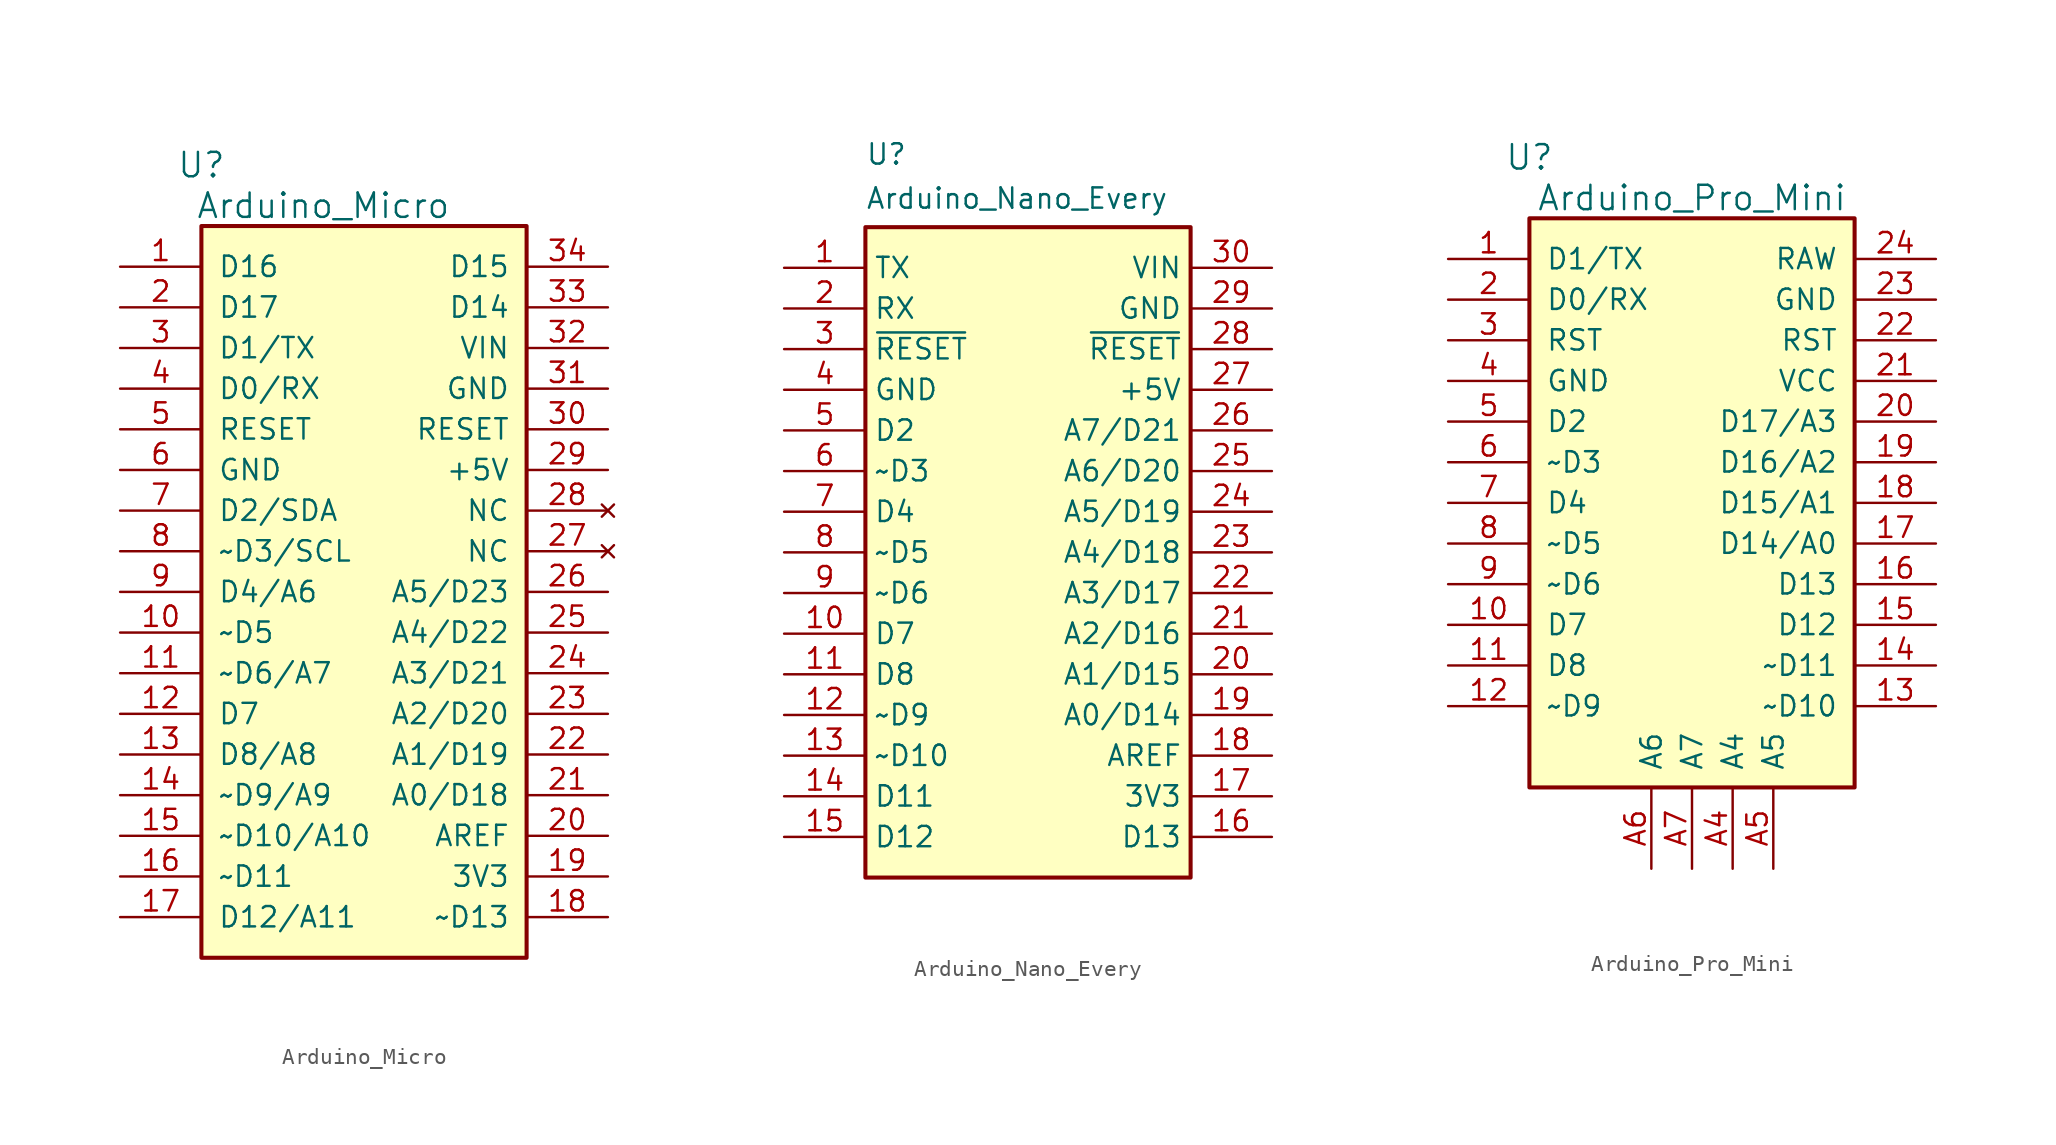
<source format=kicad_sym>
(kicad_symbol_lib
  (version 20211014)
  (generator kicad_symbol_editor)
  (symbol "Arduino_Micro"
    (pin_names
      (offset 1.016))
    (property "Reference" "U"
      (at -10.16 26.67 0)
      (effects (font (size 1.524 1.524))))
    (property "Value" "Arduino_Micro"
      (at -2.54 24.13 0)
      (effects (font (size 1.524 1.524))))
    (symbol "Arduino_Micro_0_1"
      (rectangle (start -10.16 22.86) (end 10.16 -22.86) (stroke (width 0.254) (type default) (color 0 0 0 0)) (fill (type background))))
    (symbol "Arduino_Micro_1_1"
      (pin bidirectional line (at -15.24 20.32 0) (length 5.08) (name "D16" (effects (font (size 1.27 1.27)))) (number "1" (effects (font (size 1.27 1.27)))))
      (pin bidirectional line (at -15.24 -2.54 0) (length 5.08) (name "~D5" (effects (font (size 1.27 1.27)))) (number "10" (effects (font (size 1.27 1.27)))))
      (pin bidirectional line (at -15.24 -5.08 0) (length 5.08) (name "~D6/A7" (effects (font (size 1.27 1.27)))) (number "11" (effects (font (size 1.27 1.27)))))
      (pin bidirectional line (at -15.24 -7.62 0) (length 5.08) (name "D7" (effects (font (size 1.27 1.27)))) (number "12" (effects (font (size 1.27 1.27)))))
      (pin bidirectional line (at -15.24 -10.16 0) (length 5.08) (name "D8/A8" (effects (font (size 1.27 1.27)))) (number "13" (effects (font (size 1.27 1.27)))))
      (pin bidirectional line (at -15.24 -12.7 0) (length 5.08) (name "~D9/A9" (effects (font (size 1.27 1.27)))) (number "14" (effects (font (size 1.27 1.27)))))
      (pin bidirectional line (at -15.24 -15.24 0) (length 5.08) (name "~D10/A10" (effects (font (size 1.27 1.27)))) (number "15" (effects (font (size 1.27 1.27)))))
      (pin bidirectional line (at -15.24 -17.78 0) (length 5.08) (name "~D11" (effects (font (size 1.27 1.27)))) (number "16" (effects (font (size 1.27 1.27)))))
      (pin bidirectional line (at -15.24 -20.32 0) (length 5.08) (name "D12/A11" (effects (font (size 1.27 1.27)))) (number "17" (effects (font (size 1.27 1.27)))))
      (pin bidirectional line (at 15.24 -20.32 180) (length 5.08) (name "~D13" (effects (font (size 1.27 1.27)))) (number "18" (effects (font (size 1.27 1.27)))))
      (pin power_out line (at 15.24 -17.78 180) (length 5.08) (name "3V3" (effects (font (size 1.27 1.27)))) (number "19" (effects (font (size 1.27 1.27)))))
      (pin bidirectional line (at -15.24 17.78 0) (length 5.08) (name "D17" (effects (font (size 1.27 1.27)))) (number "2" (effects (font (size 1.27 1.27)))))
      (pin input line (at 15.24 -15.24 180) (length 5.08) (name "AREF" (effects (font (size 1.27 1.27)))) (number "20" (effects (font (size 1.27 1.27)))))
      (pin bidirectional line (at 15.24 -12.7 180) (length 5.08) (name "A0/D18" (effects (font (size 1.27 1.27)))) (number "21" (effects (font (size 1.27 1.27)))))
      (pin bidirectional line (at 15.24 -10.16 180) (length 5.08) (name "A1/D19" (effects (font (size 1.27 1.27)))) (number "22" (effects (font (size 1.27 1.27)))))
      (pin bidirectional line (at 15.24 -7.62 180) (length 5.08) (name "A2/D20" (effects (font (size 1.27 1.27)))) (number "23" (effects (font (size 1.27 1.27)))))
      (pin bidirectional line (at 15.24 -5.08 180) (length 5.08) (name "A3/D21" (effects (font (size 1.27 1.27)))) (number "24" (effects (font (size 1.27 1.27)))))
      (pin bidirectional line (at 15.24 -2.54 180) (length 5.08) (name "A4/D22" (effects (font (size 1.27 1.27)))) (number "25" (effects (font (size 1.27 1.27)))))
      (pin bidirectional line (at 15.24 0 180) (length 5.08) (name "A5/D23" (effects (font (size 1.27 1.27)))) (number "26" (effects (font (size 1.27 1.27)))))
      (pin no_connect line (at 15.24 2.54 180) (length 5.08) (name "NC" (effects (font (size 1.27 1.27)))) (number "27" (effects (font (size 1.27 1.27)))))
      (pin no_connect line (at 15.24 5.08 180) (length 5.08) (name "NC" (effects (font (size 1.27 1.27)))) (number "28" (effects (font (size 1.27 1.27)))))
      (pin power_in line (at 15.24 7.62 180) (length 5.08) (name "+5V" (effects (font (size 1.27 1.27)))) (number "29" (effects (font (size 1.27 1.27)))))
      (pin bidirectional line (at -15.24 15.24 0) (length 5.08) (name "D1/TX" (effects (font (size 1.27 1.27)))) (number "3" (effects (font (size 1.27 1.27)))))
      (pin input line (at 15.24 10.16 180) (length 5.08) (name "RESET" (effects (font (size 1.27 1.27)))) (number "30" (effects (font (size 1.27 1.27)))))
      (pin power_in line (at 15.24 12.7 180) (length 5.08) (name "GND" (effects (font (size 1.27 1.27)))) (number "31" (effects (font (size 1.27 1.27)))))
      (pin power_out line (at 15.24 15.24 180) (length 5.08) (name "VIN" (effects (font (size 1.27 1.27)))) (number "32" (effects (font (size 1.27 1.27)))))
      (pin bidirectional line (at 15.24 17.78 180) (length 5.08) (name "D14" (effects (font (size 1.27 1.27)))) (number "33" (effects (font (size 1.27 1.27)))))
      (pin bidirectional line (at 15.24 20.32 180) (length 5.08) (name "D15" (effects (font (size 1.27 1.27)))) (number "34" (effects (font (size 1.27 1.27)))))
      (pin bidirectional line (at -15.24 12.7 0) (length 5.08) (name "D0/RX" (effects (font (size 1.27 1.27)))) (number "4" (effects (font (size 1.27 1.27)))))
      (pin input line (at -15.24 10.16 0) (length 5.08) (name "RESET" (effects (font (size 1.27 1.27)))) (number "5" (effects (font (size 1.27 1.27)))))
      (pin power_in line (at -15.24 7.62 0) (length 5.08) (name "GND" (effects (font (size 1.27 1.27)))) (number "6" (effects (font (size 1.27 1.27)))))
      (pin bidirectional line (at -15.24 5.08 0) (length 5.08) (name "D2/SDA" (effects (font (size 1.27 1.27)))) (number "7" (effects (font (size 1.27 1.27)))))
      (pin bidirectional line (at -15.24 2.54 0) (length 5.08) (name "~D3/SCL" (effects (font (size 1.27 1.27)))) (number "8" (effects (font (size 1.27 1.27)))))
      (pin bidirectional line (at -15.24 0 0) (length 5.08) (name "D4/A6" (effects (font (size 1.27 1.27)))) (number "9" (effects (font (size 1.27 1.27)))))))
  (symbol "Arduino_Nano_Every"
    (property "Reference" "U"
      (at -10.16 26.67 0)
      (effects (font (size 1.27 1.27)) (justify left bottom)))
    (property "Value" "Arduino_Nano_Every"
      (at -10.16 25.4 0)
      (effects (font (size 1.27 1.27)) (justify left top)))
    (symbol "Arduino_Nano_Every_0_1"
      (rectangle (start -10.16 22.86) (end 10.16 -17.78) (stroke (width 0.254) (type default) (color 0 0 0 0)) (fill (type background))))
    (symbol "Arduino_Nano_Every_1_1"
      (pin bidirectional line (at -15.24 20.32 0) (length 5.08) (name "TX" (effects (font (size 1.27 1.27)))) (number "1" (effects (font (size 1.27 1.27)))))
      (pin bidirectional line (at -15.24 -2.54 0) (length 5.08) (name "D7" (effects (font (size 1.27 1.27)))) (number "10" (effects (font (size 1.27 1.27)))))
      (pin bidirectional line (at -15.24 -5.08 0) (length 5.08) (name "D8" (effects (font (size 1.27 1.27)))) (number "11" (effects (font (size 1.27 1.27)))))
      (pin bidirectional line (at -15.24 -7.62 0) (length 5.08) (name "~D9" (effects (font (size 1.27 1.27)))) (number "12" (effects (font (size 1.27 1.27)))))
      (pin bidirectional line (at -15.24 -10.16 0) (length 5.08) (name "~D10" (effects (font (size 1.27 1.27)))) (number "13" (effects (font (size 1.27 1.27)))))
      (pin bidirectional line (at -15.24 -12.7 0) (length 5.08) (name "D11" (effects (font (size 1.27 1.27)))) (number "14" (effects (font (size 1.27 1.27)))))
      (pin bidirectional line (at -15.24 -15.24 0) (length 5.08) (name "D12" (effects (font (size 1.27 1.27)))) (number "15" (effects (font (size 1.27 1.27)))))
      (pin bidirectional line (at 15.24 -15.24 180) (length 5.08) (name "D13" (effects (font (size 1.27 1.27)))) (number "16" (effects (font (size 1.27 1.27)))))
      (pin power_out line (at 15.24 -12.7 180) (length 5.08) (name "3V3" (effects (font (size 1.27 1.27)))) (number "17" (effects (font (size 1.27 1.27)))))
      (pin input line (at 15.24 -10.16 180) (length 5.08) (name "AREF" (effects (font (size 1.27 1.27)))) (number "18" (effects (font (size 1.27 1.27)))))
      (pin bidirectional line (at 15.24 -7.62 180) (length 5.08) (name "A0/D14" (effects (font (size 1.27 1.27)))) (number "19" (effects (font (size 1.27 1.27)))))
      (pin bidirectional line (at -15.24 17.78 0) (length 5.08) (name "RX" (effects (font (size 1.27 1.27)))) (number "2" (effects (font (size 1.27 1.27)))))
      (pin bidirectional line (at 15.24 -5.08 180) (length 5.08) (name "A1/D15" (effects (font (size 1.27 1.27)))) (number "20" (effects (font (size 1.27 1.27)))))
      (pin bidirectional line (at 15.24 -2.54 180) (length 5.08) (name "A2/D16" (effects (font (size 1.27 1.27)))) (number "21" (effects (font (size 1.27 1.27)))))
      (pin bidirectional line (at 15.24 0 180) (length 5.08) (name "A3/D17" (effects (font (size 1.27 1.27)))) (number "22" (effects (font (size 1.27 1.27)))))
      (pin bidirectional line (at 15.24 2.54 180) (length 5.08) (name "A4/D18" (effects (font (size 1.27 1.27)))) (number "23" (effects (font (size 1.27 1.27)))))
      (pin bidirectional line (at 15.24 5.08 180) (length 5.08) (name "A5/D19" (effects (font (size 1.27 1.27)))) (number "24" (effects (font (size 1.27 1.27)))))
      (pin bidirectional line (at 15.24 7.62 180) (length 5.08) (name "A6/D20" (effects (font (size 1.27 1.27)))) (number "25" (effects (font (size 1.27 1.27)))))
      (pin bidirectional line (at 15.24 10.16 180) (length 5.08) (name "A7/D21" (effects (font (size 1.27 1.27)))) (number "26" (effects (font (size 1.27 1.27)))))
      (pin power_out line (at 15.24 12.7 180) (length 5.08) (name "+5V" (effects (font (size 1.27 1.27)))) (number "27" (effects (font (size 1.27 1.27)))))
      (pin input line (at 15.24 15.24 180) (length 5.08) (name "~{RESET}" (effects (font (size 1.27 1.27)))) (number "28" (effects (font (size 1.27 1.27)))))
      (pin power_in line (at 15.24 17.78 180) (length 5.08) (name "GND" (effects (font (size 1.27 1.27)))) (number "29" (effects (font (size 1.27 1.27)))))
      (pin input line (at -15.24 15.24 0) (length 5.08) (name "~{RESET}" (effects (font (size 1.27 1.27)))) (number "3" (effects (font (size 1.27 1.27)))))
      (pin power_in line (at 15.24 20.32 180) (length 5.08) (name "VIN" (effects (font (size 1.27 1.27)))) (number "30" (effects (font (size 1.27 1.27)))))
      (pin power_in line (at -15.24 12.7 0) (length 5.08) (name "GND" (effects (font (size 1.27 1.27)))) (number "4" (effects (font (size 1.27 1.27)))))
      (pin bidirectional line (at -15.24 10.16 0) (length 5.08) (name "D2" (effects (font (size 1.27 1.27)))) (number "5" (effects (font (size 1.27 1.27)))))
      (pin bidirectional line (at -15.24 7.62 0) (length 5.08) (name "~D3" (effects (font (size 1.27 1.27)))) (number "6" (effects (font (size 1.27 1.27)))))
      (pin bidirectional line (at -15.24 5.08 0) (length 5.08) (name "D4" (effects (font (size 1.27 1.27)))) (number "7" (effects (font (size 1.27 1.27)))))
      (pin bidirectional line (at -15.24 2.54 0) (length 5.08) (name "~D5" (effects (font (size 1.27 1.27)))) (number "8" (effects (font (size 1.27 1.27)))))
      (pin bidirectional line (at -15.24 0 0) (length 5.08) (name "~D6" (effects (font (size 1.27 1.27)))) (number "9" (effects (font (size 1.27 1.27)))))))
  (symbol "Arduino_Pro_Mini"
    (pin_names
      (offset 1.016))
    (property "Reference" "U"
      (at -10.16 21.59 0)
      (effects (font (size 1.524 1.524))))
    (property "Value" "Arduino_Pro_Mini"
      (at 0 19.05 0)
      (effects (font (size 1.524 1.524))))
    (symbol "Arduino_Pro_Mini_0_1"
      (rectangle (start -10.16 17.78) (end 10.16 -17.78) (stroke (width 0.254) (type default) (color 0 0 0 0)) (fill (type background))))
    (symbol "Arduino_Pro_Mini_1_1"
      (pin bidirectional line (at -15.24 15.24 0) (length 5.08) (name "D1/TX" (effects (font (size 1.27 1.27)))) (number "1" (effects (font (size 1.27 1.27)))))
      (pin bidirectional line (at -15.24 -7.62 0) (length 5.08) (name "D7" (effects (font (size 1.27 1.27)))) (number "10" (effects (font (size 1.27 1.27)))))
      (pin bidirectional line (at -15.24 -10.16 0) (length 5.08) (name "D8" (effects (font (size 1.27 1.27)))) (number "11" (effects (font (size 1.27 1.27)))))
      (pin bidirectional line (at -15.24 -12.7 0) (length 5.08) (name "~D9" (effects (font (size 1.27 1.27)))) (number "12" (effects (font (size 1.27 1.27)))))
      (pin bidirectional line (at 15.24 -12.7 180) (length 5.08) (name "~D10" (effects (font (size 1.27 1.27)))) (number "13" (effects (font (size 1.27 1.27)))))
      (pin bidirectional line (at 15.24 -10.16 180) (length 5.08) (name "~D11" (effects (font (size 1.27 1.27)))) (number "14" (effects (font (size 1.27 1.27)))))
      (pin bidirectional line (at 15.24 -7.62 180) (length 5.08) (name "D12" (effects (font (size 1.27 1.27)))) (number "15" (effects (font (size 1.27 1.27)))))
      (pin bidirectional line (at 15.24 -5.08 180) (length 5.08) (name "D13" (effects (font (size 1.27 1.27)))) (number "16" (effects (font (size 1.27 1.27)))))
      (pin bidirectional line (at 15.24 -2.54 180) (length 5.08) (name "D14/A0" (effects (font (size 1.27 1.27)))) (number "17" (effects (font (size 1.27 1.27)))))
      (pin bidirectional line (at 15.24 0 180) (length 5.08) (name "D15/A1" (effects (font (size 1.27 1.27)))) (number "18" (effects (font (size 1.27 1.27)))))
      (pin bidirectional line (at 15.24 2.54 180) (length 5.08) (name "D16/A2" (effects (font (size 1.27 1.27)))) (number "19" (effects (font (size 1.27 1.27)))))
      (pin bidirectional line (at -15.24 12.7 0) (length 5.08) (name "D0/RX" (effects (font (size 1.27 1.27)))) (number "2" (effects (font (size 1.27 1.27)))))
      (pin bidirectional line (at 15.24 5.08 180) (length 5.08) (name "D17/A3" (effects (font (size 1.27 1.27)))) (number "20" (effects (font (size 1.27 1.27)))))
      (pin power_in line (at 15.24 7.62 180) (length 5.08) (name "VCC" (effects (font (size 1.27 1.27)))) (number "21" (effects (font (size 1.27 1.27)))))
      (pin input line (at 15.24 10.16 180) (length 5.08) (name "RST" (effects (font (size 1.27 1.27)))) (number "22" (effects (font (size 1.27 1.27)))))
      (pin power_in line (at 15.24 12.7 180) (length 5.08) (name "GND" (effects (font (size 1.27 1.27)))) (number "23" (effects (font (size 1.27 1.27)))))
      (pin power_out line (at 15.24 15.24 180) (length 5.08) (name "RAW" (effects (font (size 1.27 1.27)))) (number "24" (effects (font (size 1.27 1.27)))))
      (pin input line (at -15.24 10.16 0) (length 5.08) (name "RST" (effects (font (size 1.27 1.27)))) (number "3" (effects (font (size 1.27 1.27)))))
      (pin power_in line (at -15.24 7.62 0) (length 5.08) (name "GND" (effects (font (size 1.27 1.27)))) (number "4" (effects (font (size 1.27 1.27)))))
      (pin bidirectional line (at -15.24 5.08 0) (length 5.08) (name "D2" (effects (font (size 1.27 1.27)))) (number "5" (effects (font (size 1.27 1.27)))))
      (pin bidirectional line (at -15.24 2.54 0) (length 5.08) (name "~D3" (effects (font (size 1.27 1.27)))) (number "6" (effects (font (size 1.27 1.27)))))
      (pin bidirectional line (at -15.24 0 0) (length 5.08) (name "D4" (effects (font (size 1.27 1.27)))) (number "7" (effects (font (size 1.27 1.27)))))
      (pin bidirectional line (at -15.24 -2.54 0) (length 5.08) (name "~D5" (effects (font (size 1.27 1.27)))) (number "8" (effects (font (size 1.27 1.27)))))
      (pin bidirectional line (at -15.24 -5.08 0) (length 5.08) (name "~D6" (effects (font (size 1.27 1.27)))) (number "9" (effects (font (size 1.27 1.27)))))
      (pin bidirectional line (at 2.54 -22.86 90) (length 5.08) (name "A4" (effects (font (size 1.27 1.27)))) (number "A4" (effects (font (size 1.27 1.27)))))
      (pin bidirectional line (at 5.08 -22.86 90) (length 5.08) (name "A5" (effects (font (size 1.27 1.27)))) (number "A5" (effects (font (size 1.27 1.27)))))
      (pin bidirectional line (at -2.54 -22.86 90) (length 5.08) (name "A6" (effects (font (size 1.27 1.27)))) (number "A6" (effects (font (size 1.27 1.27)))))
      (pin bidirectional line (at 0 -22.86 90) (length 5.08) (name "A7" (effects (font (size 1.27 1.27)))) (number "A7" (effects (font (size 1.27 1.27))))))))
</source>
